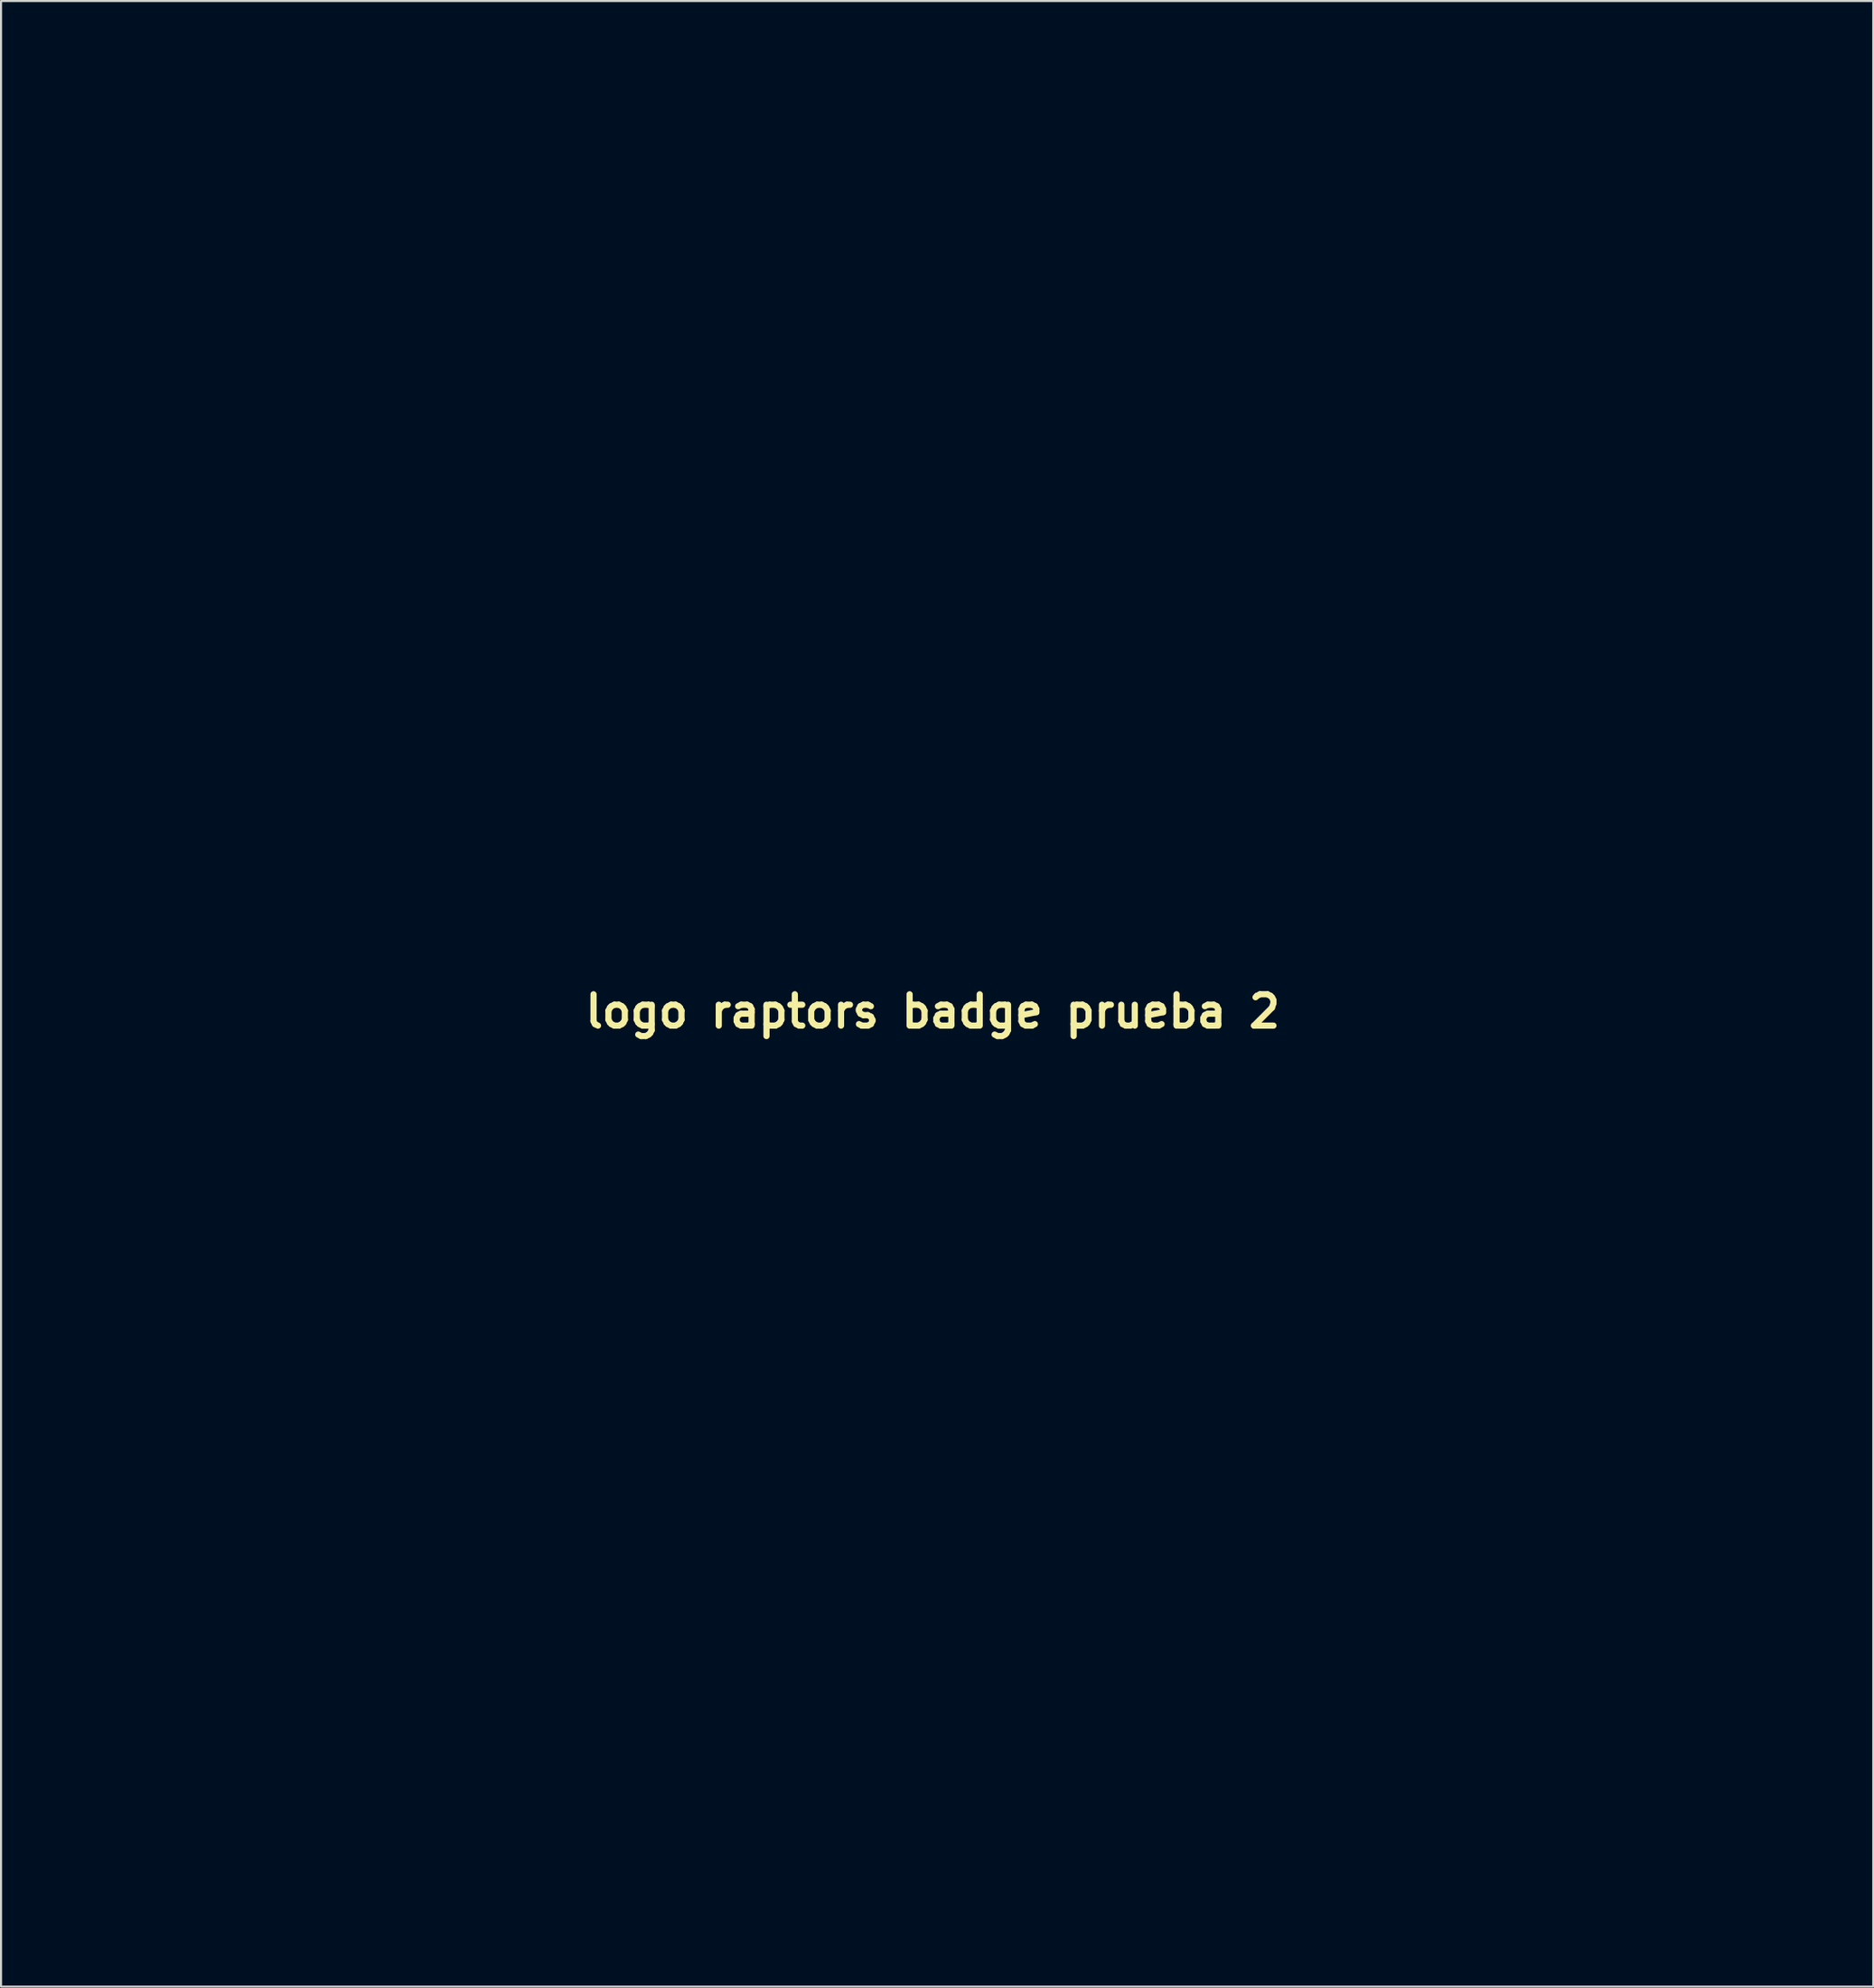
<source format=kicad_pcb>
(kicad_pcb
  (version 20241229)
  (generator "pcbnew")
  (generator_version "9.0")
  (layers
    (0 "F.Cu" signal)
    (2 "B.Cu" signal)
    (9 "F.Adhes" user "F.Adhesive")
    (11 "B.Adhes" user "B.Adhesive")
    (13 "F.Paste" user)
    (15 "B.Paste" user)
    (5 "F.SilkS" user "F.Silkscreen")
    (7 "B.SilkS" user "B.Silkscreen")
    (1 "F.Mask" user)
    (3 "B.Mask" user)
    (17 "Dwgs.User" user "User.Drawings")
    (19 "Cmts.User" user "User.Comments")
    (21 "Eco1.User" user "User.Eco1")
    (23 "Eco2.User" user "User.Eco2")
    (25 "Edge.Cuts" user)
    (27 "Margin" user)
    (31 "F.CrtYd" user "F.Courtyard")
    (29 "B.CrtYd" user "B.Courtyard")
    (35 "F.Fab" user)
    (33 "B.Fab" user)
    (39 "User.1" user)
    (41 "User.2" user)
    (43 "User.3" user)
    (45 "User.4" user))
  (footprint "logo raptors badge prueba 2"
    (layer "F.Cu")
    (at 42.348 46.154)
    (property "Reference" "logo raptors badge prueba 2" (at 0 0 0) (layer "F.SilkS") (effects (font (size 1.524 1.524) (thickness 0.3))))
    (attr through_hole)
    (fp_poly (pts (xy 14.106 6.278) (xy 14.239 6.526) (xy 14.184 6.982) (xy 13.924 7.056) (xy 13.466 6.773) (xy 13.406 6.526) (xy 13.576 6.057) (xy 13.721 5.997) (xy 14.106 6.278)) (stroke (width 0.01) (type solid)) (fill yes) (layer "F.Mask"))
    (fp_poly (pts (xy -0.284 8.952) (xy -0.176 9.5) (xy -0.354 10.238) (xy -0.773 10.534) (xy -1.169 10.355) (xy -1.358 9.846) (xy -1.411 9.264) (xy -1.265 8.628) (xy -0.794 8.534) (xy -0.284 8.952)) (stroke (width 0.01) (type solid)) (fill yes) (layer "F.Mask"))
    (fp_poly (pts (xy -12.893 19.595) (xy -12.472 20.583) (xy -12.359 22.045) (xy -12.521 23.763) (xy -13.024 24.931) (xy -13.928 25.647) (xy -14.751 25.915) (xy -15.875 26.162) (xy -15.875 19.459) (xy -14.846 19.233) (xy -13.67 19.162) (xy -12.893 19.595)) (stroke (width 0.01) (type solid)) (fill yes) (layer "F.Mask"))
    (fp_poly (pts (xy -4.134 7.858) (xy -3.881 8.25) (xy -3.881 8.266) (xy -4.049 8.751) (xy -4.204 8.819) (xy -4.79 8.936) (xy -5.122 9.047) (xy -5.564 9.075) (xy -5.588 8.606) (xy -5.258 8.09) (xy -4.683 7.822) (xy -4.134 7.858)) (stroke (width 0.01) (type solid)) (fill yes) (layer "F.Mask"))
    (fp_poly (pts (xy -33.975 20.831) (xy -33.249 21.114) (xy -32.831 21.448) (xy -32.592 21.931) (xy -32.482 22.746) (xy -32.456 24.075) (xy -32.456 24.144) (xy -32.486 25.534) (xy -32.61 26.421) (xy -32.877 27.004) (xy -33.249 27.409) (xy -34.178 28.029) (xy -35.013 28.359) (xy -35.983 28.588) (xy -35.983 20.861) (xy -35.013 20.744) (xy -33.975 20.831)) (stroke (width 0.01) (type solid)) (fill yes) (layer "F.Mask"))
    (fp_poly (pts (xy 16.107 13.958) (xy 16.883 14.676) (xy 17.254 15.958) (xy 17.286 16.608) (xy 17.059 18.076) (xy 16.452 19.314) (xy 15.578 20.163) (xy 14.596 20.461) (xy 14.192 20.438) (xy 13.944 20.279) (xy 13.82 19.851) (xy 13.789 19.019) (xy 13.819 17.65) (xy 13.833 17.198) (xy 13.935 13.935) (xy 14.936 13.82) (xy 16.107 13.958)) (stroke (width 0.01) (type solid)) (fill yes) (layer "F.Mask"))
    (fp_poly (pts (xy -23.77 21.162) (xy -23.509 22.191) (xy -23.195 23.879) (xy -22.834 26.205) (xy -22.734 26.899) (xy -22.623 27.913) (xy -22.694 28.412) (xy -22.992 28.571) (xy -23.155 28.58) (xy -24.042 28.676) (xy -24.606 28.797) (xy -25.215 28.851) (xy -25.402 28.704) (xy -25.347 27.99) (xy -25.195 26.864) (xy -24.976 25.495) (xy -24.722 24.05) (xy -24.462 22.697) (xy -24.227 21.604) (xy -24.046 20.938) (xy -23.976 20.814) (xy -23.77 21.162)) (stroke (width 0.01) (type solid)) (fill yes) (layer "F.Mask"))
    (fp_poly (pts (xy 6.685 15.857) (xy 6.99 16.226) (xy 7.195 16.701) (xy 7.321 17.418) (xy 7.385 18.512) (xy 7.407 20.12) (xy 7.408 20.963) (xy 7.401 22.803) (xy 7.362 24.083) (xy 7.268 24.95) (xy 7.094 25.55) (xy 6.815 26.03) (xy 6.495 26.431) (xy 5.535 27.289) (xy 4.657 27.457) (xy 3.824 26.942) (xy 3.759 26.872) (xy 3.472 26.186) (xy 3.268 24.974) (xy 3.148 23.407) (xy 3.11 21.66) (xy 3.154 19.904) (xy 3.279 18.314) (xy 3.485 17.063) (xy 3.772 16.323) (xy 3.792 16.298) (xy 4.794 15.497) (xy 5.796 15.355) (xy 6.685 15.857)) (stroke (width 0.01) (type solid)) (fill yes) (layer "F.Mask"))
    (fp_poly (pts (xy 8.015 -39.345) (xy 9.609 -38.859) (xy 11.719 -38.038) (xy 14.376 -36.869) (xy 16.303 -35.969) (xy 18.141 -35.113) (xy 19.833 -34.358) (xy 21.243 -33.763) (xy 22.237 -33.384) (xy 22.572 -33.286) (xy 23.39 -33.043) (xy 23.842 -32.761) (xy 23.842 -32.761) (xy 23.578 -32.664) (xy 22.711 -32.608) (xy 21.343 -32.593) (xy 19.576 -32.622) (xy 18.455 -32.658) (xy 16.069 -32.73) (xy 14.262 -32.712) (xy 12.907 -32.562) (xy 11.878 -32.233) (xy 11.049 -31.682) (xy 10.295 -30.865) (xy 9.489 -29.736) (xy 9.272 -29.411) (xy 8.489 -28.365) (xy 7.98 -27.941) (xy 7.774 -28.1) (xy 7.9 -28.804) (xy 8.388 -30.014) (xy 8.558 -30.367) (xy 9.417 -32.103) (xy 8.443 -32.103) (xy 7.6 -31.813) (xy 6.6 -31.054) (xy 5.596 -29.986) (xy 4.743 -28.772) (xy 4.224 -27.663) (xy 3.876 -26.869) (xy 3.535 -26.47) (xy 3.484 -26.458) (xy 3.315 -26.755) (xy 3.347 -27.507) (xy 3.546 -28.504) (xy 3.874 -29.536) (xy 4.104 -30.057) (xy 4.496 -30.918) (xy 4.494 -31.288) (xy 4.067 -31.281) (xy 3.792 -31.204) (xy 2.796 -30.728) (xy 1.914 -29.887) (xy 1.065 -28.574) (xy 0.166 -26.686) (xy 0.068 -26.458) (xy -0.162 -25.978) (xy -0.276 -26.024) (xy -0.321 -26.672) (xy -0.329 -27.099) (xy -0.261 -28.218) (xy -0.062 -29.131) (xy 0.012 -29.304) (xy 0.184 -29.855) (xy 0.042 -29.986) (xy -0.609 -29.824) (xy -1.653 -29.403) (xy -2.877 -28.824) (xy -4.067 -28.186) (xy -4.845 -27.705) (xy -5.887 -27.05) (xy -6.444 -26.842) (xy -6.564 -27.071) (xy -6.499 -27.284) (xy -6.119 -27.731) (xy -5.288 -28.448) (xy -4.149 -29.326) (xy -2.849 -30.258) (xy -1.532 -31.136) (xy -0.474 -31.777) (xy 0.597 -32.543) (xy 1.196 -33.441) (xy 3.612 -33.441) (xy 3.783 -33.203) (xy 4.411 -33.263) (xy 4.833 -33.347) (xy 5.775 -33.487) (xy 7.187 -33.637) (xy 8.834 -33.773) (xy 9.701 -33.831) (xy 13.229 -34.043) (xy 11.818 -34.95) (xy 10.311 -35.803) (xy 8.752 -36.494) (xy 7.369 -36.933) (xy 6.585 -37.042) (xy 5.714 -36.741) (xy 4.81 -35.975) (xy 4.07 -34.944) (xy 3.732 -34.089) (xy 3.612 -33.441) (xy 1.196 -33.441) (xy 1.214 -33.468) (xy 1.413 -34.032) (xy 2.27 -36.226) (xy 3.379 -37.802) (xy 4.762 -38.806) (xy 5.801 -39.238) (xy 6.679 -39.485) (xy 6.902 -39.507) (xy 8.015 -39.345)) (stroke (width 0.01) (type solid)) (fill yes) (layer "F.Mask"))
    (fp_poly (pts (xy 9.648 -45.742) (xy 12.055 -44.789) (xy 14.573 -43.298) (xy 14.945 -43.036) (xy 16.428 -41.971) (xy 17.898 -42.681) (xy 19.119 -43.13) (xy 20.355 -43.376) (xy 20.656 -43.392) (xy 21.489 -43.272) (xy 22.309 -42.861) (xy 23.202 -42.081) (xy 24.254 -40.854) (xy 25.553 -39.101) (xy 25.772 -38.793) (xy 26.707 -37.546) (xy 27.494 -36.744) (xy 28.327 -36.217) (xy 29.123 -35.893) (xy 30.408 -35.525) (xy 31.655 -35.304) (xy 32.109 -35.276) (xy 32.933 -35.162) (xy 33.809 -34.757) (xy 34.916 -33.966) (xy 35.461 -33.523) (xy 36.686 -32.565) (xy 37.614 -32.02) (xy 38.434 -31.788) (xy 38.894 -31.759) (xy 39.745 -31.683) (xy 40.195 -31.505) (xy 40.217 -31.451) (xy 40.444 -31.048) (xy 41.026 -30.341) (xy 41.494 -29.837) (xy 42.771 -28.522) (xy 42.31 -26.347) (xy 41.656 -24.111) (xy 40.694 -21.906) (xy 39.534 -19.942) (xy 38.286 -18.425) (xy 38.003 -18.167) (xy 36.078 -16.956) (xy 33.55 -16.103) (xy 31.662 -15.752) (xy 30.7 -15.694) (xy 30.37 -15.9) (xy 30.64 -16.402) (xy 30.78 -16.558) (xy 30.989 -16.868) (xy 30.661 -16.87) (xy 30.339 -16.788) (xy 29.504 -16.623) (xy 28.279 -16.45) (xy 27.34 -16.348) (xy 25.224 -16.148) (xy 26.458 -17.221) (xy 27.693 -18.294) (xy 26.282 -17.975) (xy 24.948 -17.75) (xy 23.66 -17.658) (xy 22.634 -17.705) (xy 22.096 -17.885) (xy 22.173 -18.218) (xy 22.655 -18.612) (xy 23.104 -18.906) (xy 23.04 -19.004) (xy 22.384 -18.943) (xy 22.049 -18.898) (xy 20.738 -18.765) (xy 19.447 -18.702) (xy 19.353 -18.701) (xy 18.512 -18.63) (xy 18.009 -18.3) (xy 17.6 -17.522) (xy 17.501 -17.279) (xy 17.148 -16.014) (xy 16.97 -14.573) (xy 16.977 -13.213) (xy 17.18 -12.193) (xy 17.278 -11.996) (xy 17.593 -11.671) (xy 17.938 -11.923) (xy 18.071 -12.097) (xy 18.404 -12.454) (xy 18.7 -12.349) (xy 19.133 -11.705) (xy 19.192 -11.605) (xy 19.854 -10.484) (xy 20.5 -11.327) (xy 21.147 -12.171) (xy 21.587 -11.024) (xy 21.985 -10.152) (xy 22.305 -9.954) (xy 22.634 -10.417) (xy 22.81 -10.848) (xy 23.179 -11.818) (xy 24.608 -8.643) (xy 24.943 -9.878) (xy 25.279 -11.113) (xy 25.868 -9.983) (xy 26.267 -9.075) (xy 26.456 -8.36) (xy 26.458 -8.308) (xy 26.575 -7.787) (xy 26.836 -7.815) (xy 27.109 -8.289) (xy 27.245 -8.908) (xy 27.371 -10.054) (xy 28.113 -8.435) (xy 29.079 -5.76) (xy 29.489 -3.254) (xy 29.37 -0.978) (xy 28.751 1.001) (xy 27.658 2.619) (xy 26.12 3.813) (xy 24.164 4.518) (xy 22.471 4.687) (xy 21.082 4.65) (xy 19.8 4.544) (xy 19.138 4.438) (xy 18.382 4.306) (xy 18.063 4.495) (xy 17.993 5.175) (xy 17.992 5.464) (xy 18.044 6.301) (xy 18.266 6.595) (xy 18.656 6.54) (xy 19.206 6.412) (xy 20.308 6.191) (xy 21.831 5.9) (xy 23.644 5.564) (xy 25.615 5.204) (xy 27.614 4.846) (xy 29.508 4.513) (xy 31.168 4.228) (xy 32.461 4.015) (xy 33.257 3.897) (xy 33.426 3.882) (xy 33.551 4.029) (xy 33.652 4.512) (xy 33.73 5.386) (xy 33.789 6.709) (xy 33.829 8.538) (xy 33.854 10.931) (xy 33.865 13.944) (xy 33.867 15.621) (xy 33.867 27.361) (xy 31.652 29.555) (xy 30.638 30.535) (xy 29.81 31.29) (xy 29.294 31.704) (xy 29.2 31.75) (xy 29.056 31.43) (xy 28.927 30.601) (xy 28.856 29.704) (xy 28.751 27.659) (xy 14.993 30.202) (xy 11.574 30.835) (xy 8.034 31.49) (xy 4.513 32.142) (xy 1.148 32.766) (xy -1.919 33.335) (xy -4.551 33.823) (xy -6.35 34.158) (xy -8.928 34.632) (xy -11.599 35.114) (xy -14.17 35.569) (xy -16.448 35.964) (xy -18.239 36.264) (xy -18.344 36.281) (xy -20.256 36.597) (xy -22.62 37.002) (xy -25.197 37.454) (xy -27.747 37.909) (xy -29.016 38.141) (xy -35.278 39.289) (xy -35.278 41.87) (xy -35.311 43.114) (xy -35.398 44.025) (xy -35.522 44.429) (xy -35.542 44.435) (xy -35.935 44.257) (xy -36.794 43.786) (xy -37.983 43.099) (xy -39.075 42.448) (xy -42.343 40.475) (xy -42.25 28.984) (xy -42.183 20.702) (xy -39.511 20.702) (xy -39.435 21.32) (xy -39.061 21.485) (xy -38.453 21.396) (xy -37.683 21.367) (xy -37.377 21.597) (xy -37.646 21.981) (xy -37.747 22.049) (xy -37.871 22.474) (xy -37.971 23.542) (xy -38.044 25.19) (xy -38.088 27.355) (xy -38.1 29.501) (xy -38.1 36.736) (xy -37.13 36.624) (xy -36.665 36.547) (xy -36.373 36.35) (xy -36.208 35.89) (xy -36.121 35.027) (xy -36.064 33.616) (xy -36.058 33.426) (xy -35.956 30.339) (xy -34.989 30.339) (xy -34.476 30.41) (xy -34.04 30.705) (xy -33.573 31.35) (xy -32.969 32.471) (xy -32.694 33.022) (xy -32.02 34.335) (xy -31.536 35.116) (xy -31.146 35.477) (xy -30.753 35.531) (xy -30.588 35.496) (xy -29.86 35.328) (xy -29.541 35.283) (xy -29.568 34.991) (xy -29.695 34.66) (xy -27.865 34.66) (xy -27.593 34.911) (xy -26.828 34.771) (xy -26.664 34.711) (xy -26.221 34.227) (xy -26.106 33.697) (xy -25.988 32.313) (xy -25.674 31.224) (xy -25.222 30.61) (xy -25.093 30.552) (xy -24.342 30.369) (xy -23.4 30.167) (xy -22.281 29.942) (xy -22.036 31.905) (xy -21.81 33.139) (xy -21.479 33.744) (xy -20.978 33.793) (xy -20.55 33.576) (xy -20.415 33.33) (xy -20.372 32.765) (xy -20.427 31.805) (xy -20.586 30.369) (xy -20.857 28.382) (xy -21.167 26.28) (xy -21.488 24.141) (xy -21.77 22.251) (xy -21.997 20.716) (xy -22.154 19.643) (xy -22.223 19.14) (xy -22.225 19.117) (xy -22.239 19.115) (xy -18.697 19.115) (xy -18.561 19.631) (xy -18.023 19.704) (xy -17.815 19.669) (xy -17.123 19.667) (xy -16.936 19.927) (xy -17.286 20.285) (xy -17.415 20.712) (xy -17.519 21.77) (xy -17.592 23.385) (xy -17.633 25.483) (xy -17.639 26.87) (xy -17.633 29.142) (xy -17.611 30.798) (xy -17.563 31.927) (xy -17.482 32.619) (xy -17.36 32.963) (xy -17.189 33.049) (xy -17.081 33.022) (xy -16.409 32.832) (xy -16.199 32.808) (xy -16.038 32.486) (xy -15.922 31.638) (xy -15.875 30.444) (xy -15.875 30.377) (xy -15.829 28.956) (xy -15.633 28.099) (xy -15.198 27.668) (xy -14.434 27.525) (xy -14.042 27.517) (xy -13.42 27.268) (xy -12.575 26.629) (xy -11.954 26.018) (xy -11.259 25.225) (xy -10.851 24.581) (xy -10.653 23.852) (xy -10.589 22.805) (xy -10.583 21.816) (xy -10.6 20.428) (xy -10.691 19.545) (xy -10.917 18.965) (xy -11.337 18.488) (xy -11.669 18.199) (xy -12.274 17.694) (xy -12.732 17.417) (xy -13.253 17.337) (xy -14.046 17.425) (xy -15.32 17.65) (xy -15.369 17.659) (xy -16.915 17.948) (xy -17.892 18.186) (xy -18.429 18.43) (xy -18.654 18.737) (xy -18.697 19.115) (xy -22.239 19.115) (xy -22.534 19.08) (xy -23.309 19.139) (xy -24.321 19.267) (xy -25.343 19.434) (xy -26.146 19.609) (xy -26.194 19.623) (xy -26.696 20.093) (xy -26.811 20.628) (xy -26.694 21.224) (xy -26.21 21.293) (xy -26.017 21.249) (xy -25.479 21.16) (xy -25.518 21.393) (xy -25.67 21.589) (xy -25.821 22.044) (xy -26.049 23.06) (xy -26.33 24.499) (xy -26.642 26.223) (xy -26.961 28.096) (xy -27.264 29.979) (xy -27.527 31.735) (xy -27.729 33.225) (xy -27.846 34.314) (xy -27.865 34.66) (xy -29.695 34.66) (xy -29.866 34.214) (xy -30.378 33.092) (xy -30.688 32.463) (xy -31.32 31.165) (xy -31.807 30.088) (xy -32.074 29.4) (xy -32.103 29.265) (xy -31.904 28.762) (xy -31.408 27.978) (xy -31.221 27.724) (xy -30.777 27.061) (xy -30.512 26.369) (xy -30.381 25.441) (xy -30.34 24.07) (xy -30.339 23.603) (xy -30.339 20.637) (xy -31.633 19.605) (xy -32.926 18.573) (xy -35.931 19.007) (xy -37.327 19.224) (xy -38.452 19.427) (xy -39.125 19.581) (xy -39.224 19.62) (xy -39.441 20.07) (xy -39.511 20.702) (xy -42.183 20.702) (xy -42.157 17.494) (xy -40.922 17.255) (xy -40.187 17.12) (xy -38.891 16.887) (xy -37.169 16.582) (xy -36.038 16.383) (xy -8.819 16.383) (xy -8.819 17.893) (xy -8.768 18.855) (xy -8.558 19.298) (xy -8.114 19.403) (xy -7.561 19.196) (xy -7.408 18.521) (xy -7.297 17.858) (xy -7.084 17.639) (xy -6.493 17.523) (xy -6.202 17.425) (xy -6.013 17.415) (xy -5.871 17.609) (xy -5.77 18.092) (xy -5.704 18.948) (xy -5.666 20.263) (xy -5.648 22.123) (xy -5.644 24.328) (xy -5.644 31.446) (xy -4.851 31.334) (xy -4.582 31.278) (xy -4.38 31.138) (xy -4.235 30.821) (xy -4.134 30.235) (xy -4.067 29.287) (xy -4.022 27.885) (xy -4.005 26.954) (xy 1.411 26.954) (xy 2.556 28.136) (xy 3.508 28.94) (xy 4.262 29.154) (xy 4.409 29.127) (xy 5.383 28.96) (xy 5.834 28.933) (xy 6.499 28.645) (xy 7.328 27.884) (xy 7.686 27.453) (xy 8.819 25.977) (xy 8.819 15.232) (xy 7.761 14.341) (xy 6.558 13.684) (xy 10.936 13.684) (xy 11.045 14.303) (xy 11.513 14.425) (xy 11.818 14.378) (xy 12.511 14.375) (xy 12.697 14.636) (xy 12.347 14.993) (xy 12.218 15.42) (xy 12.114 16.477) (xy 12.04 18.088) (xy 12 20.178) (xy 11.994 21.491) (xy 11.994 27.772) (xy 12.876 27.603) (xy 13.331 27.474) (xy 13.595 27.198) (xy 13.719 26.613) (xy 13.756 25.557) (xy 13.758 24.871) (xy 13.772 23.546) (xy 13.849 22.766) (xy 14.042 22.367) (xy 14.405 22.19) (xy 14.665 22.134) (xy 15.172 22.104) (xy 15.581 22.328) (xy 16.015 22.931) (xy 16.597 24.038) (xy 16.681 24.209) (xy 17.305 25.405) (xy 17.784 26.086) (xy 18.248 26.392) (xy 18.777 26.458) (xy 19.764 26.458) (xy 18.525 23.998) (xy 17.936 22.78) (xy 17.499 21.785) (xy 17.293 21.196) (xy 17.286 21.143) (xy 17.488 20.61) (xy 17.976 19.872) (xy 17.992 19.852) (xy 18.375 19.217) (xy 18.589 18.398) (xy 18.673 17.192) (xy 18.678 16.268) (xy 18.659 15.346) (xy 21.874 15.346) (xy 24.96 16.933) (xy 26.375 17.673) (xy 27.28 18.208) (xy 27.795 18.647) (xy 28.042 19.103) (xy 28.141 19.685) (xy 28.157 19.871) (xy 27.996 21.383) (xy 27.302 22.585) (xy 26.241 23.299) (xy 25.186 23.381) (xy 24.302 22.886) (xy 23.751 21.943) (xy 23.647 21.23) (xy 23.572 20.436) (xy 23.274 20.157) (xy 22.842 20.172) (xy 22.327 20.362) (xy 22.06 20.87) (xy 21.938 21.829) (xy 21.95 22.95) (xy 22.273 23.762) (xy 22.82 24.419) (xy 23.499 25.048) (xy 24.147 25.323) (xy 25.068 25.341) (xy 25.568 25.3) (xy 26.681 25.126) (xy 27.494 24.753) (xy 28.304 24.021) (xy 28.654 23.635) (xy 29.353 22.804) (xy 29.752 22.12) (xy 29.934 21.329) (xy 29.984 20.177) (xy 29.985 19.622) (xy 29.984 17.11) (xy 26.898 15.522) (xy 25.478 14.777) (xy 24.571 14.236) (xy 24.056 13.793) (xy 23.812 13.34) (xy 23.719 12.77) (xy 23.713 12.7) (xy 23.891 11.55) (xy 24.498 10.496) (xy 25.368 9.753) (xy 26.18 9.525) (xy 27.193 9.835) (xy 27.951 10.611) (xy 28.222 11.544) (xy 28.354 12.175) (xy 28.871 12.301) (xy 29.016 12.284) (xy 29.574 12.056) (xy 29.844 11.447) (xy 29.918 10.861) (xy 29.896 9.92) (xy 29.544 9.187) (xy 28.86 8.473) (xy 28.032 7.798) (xy 27.298 7.537) (xy 26.295 7.574) (xy 26.106 7.597) (xy 25.012 7.839) (xy 24.139 8.348) (xy 23.206 9.279) (xy 22.485 10.149) (xy 22.09 10.878) (xy 21.922 11.748) (xy 21.884 13.039) (xy 21.884 13.053) (xy 21.874 15.346) (xy 18.659 15.346) (xy 18.649 14.883) (xy 18.55 14.007) (xy 18.321 13.442) (xy 17.903 12.993) (xy 17.628 12.769) (xy 17.083 12.371) (xy 16.577 12.16) (xy 15.914 12.117) (xy 14.9 12.221) (xy 13.767 12.389) (xy 12.366 12.618) (xy 11.523 12.821) (xy 11.098 13.061) (xy 10.95 13.403) (xy 10.936 13.684) (xy 6.558 13.684) (xy 6.478 13.641) (xy 5.14 13.638) (xy 3.766 14.331) (xy 2.735 15.289) (xy 1.413 16.757) (xy 1.412 21.855) (xy 1.411 26.954) (xy -4.005 26.954) (xy -3.987 25.938) (xy -3.962 24.117) (xy -3.866 17.013) (xy -2.991 16.846) (xy -2.34 16.83) (xy -2.127 17.25) (xy -2.117 17.511) (xy -2.067 18.179) (xy -1.772 18.301) (xy -1.264 18.13) (xy -0.914 17.706) (xy -0.722 16.933) (xy -0.698 16.078) (xy -0.853 15.402) (xy -1.147 15.167) (xy -1.663 15.222) (xy -2.706 15.372) (xy -4.106 15.592) (xy -5.203 15.774) (xy -8.819 16.383) (xy -36.038 16.383) (xy -35.158 16.228) (xy -33.073 15.863) (xy -26.458 14.71) (xy -26.458 14.367) (xy -23.961 14.367) (xy -23.898 14.887) (xy -23.522 15.029) (xy -22.842 14.934) (xy -22.017 14.75) (xy -21.56 14.598) (xy -21.549 14.59) (xy -21.747 14.503) (xy -22.429 14.464) (xy -22.49 14.464) (xy -23.308 14.335) (xy -23.754 14.026) (xy -23.755 14.023) (xy -23.899 13.96) (xy -23.961 14.367) (xy -26.458 14.367) (xy -26.458 12.727) (xy -26.486 11.58) (xy -26.529 11.396) (xy -24.541 11.396) (xy -24.449 12.17) (xy -24.442 12.217) (xy -24.248 12.969) (xy -23.881 13.178) (xy -23.514 13.113) (xy -23.045 12.935) (xy -23.239 12.805) (xy -23.335 12.784) (xy -23.899 12.376) (xy -24.096 11.977) (xy -24.058 11.434) (xy -23.765 11.236) (xy -20.669 11.236) (xy -20.598 11.818) (xy -20.377 13.178) (xy -20.144 13.975) (xy -19.828 14.35) (xy -19.359 14.443) (xy -19.291 14.442) (xy -18.521 14.419) (xy -19.315 14.1) (xy -19.572 13.876) (xy -18.227 13.876) (xy -18.178 14.086) (xy -17.992 14.111) (xy -17.701 13.982) (xy -17.756 13.876) (xy -18.175 13.834) (xy -18.227 13.876) (xy -19.572 13.876) (xy -19.976 13.524) (xy -20.133 12.8) (xy -20.269 11.786) (xy -20.478 11.113) (xy -20.654 10.854) (xy -20.669 11.236) (xy -23.765 11.236) (xy -23.5 11.058) (xy -23.162 10.939) (xy -22.697 10.791) (xy -17.061 10.791) (xy -16.929 11.971) (xy -16.769 12.903) (xy -16.564 13.637) (xy -16.157 13.872) (xy -15.43 13.804) (xy -14.287 13.621) (xy -15.342 13.422) (xy -16 13.139) (xy -16.464 12.684) (xy -16.616 12.243) (xy -16.341 12.002) (xy -16.228 11.994) (xy -16.111 11.801) (xy -16.395 11.424) (xy -16.824 10.717) (xy -16.821 10.71) (xy -13.053 10.71) (xy -12.87 11.528) (xy -12.43 12.361) (xy -11.901 12.939) (xy -11.608 13.053) (xy -11.569 12.838) (xy -11.84 12.465) (xy -10.819 12.465) (xy -10.77 12.675) (xy -10.583 12.7) (xy -10.293 12.571) (xy -10.348 12.465) (xy -10.767 12.423) (xy -10.819 12.465) (xy -11.84 12.465) (xy -11.947 12.318) (xy -11.981 12.281) (xy -12.565 11.315) (xy -12.689 10.317) (xy -12.357 9.505) (xy -11.906 9.183) (xy -11.353 8.943) (xy -11.415 8.887) (xy -9.878 8.887) (xy -9.604 9.068) (xy -9.207 9.007) (xy -8.796 8.972) (xy -8.542 9.295) (xy -8.357 10.122) (xy -8.292 10.571) (xy -8.123 11.578) (xy -7.958 12.222) (xy -7.879 12.347) (xy -7.828 12.031) (xy -7.869 11.211) (xy -7.96 10.351) (xy -8.078 9.231) (xy -8.054 8.667) (xy -7.863 8.516) (xy -7.632 8.576) (xy -7.15 8.606) (xy -7.056 8.456) (xy -7.149 8.195) (xy -7.541 8.134) (xy -8.398 8.261) (xy -8.775 8.334) (xy -9.535 8.579) (xy -9.876 8.87) (xy -9.878 8.887) (xy -11.415 8.887) (xy -11.445 8.86) (xy -11.869 8.842) (xy -12.615 9.104) (xy -12.996 9.957) (xy -13.053 10.71) (xy -16.821 10.71) (xy -16.565 10.156) (xy -15.849 9.818) (xy -15.334 9.648) (xy -15.453 9.602) (xy -16.051 9.632) (xy -16.651 9.751) (xy -16.978 10.094) (xy -17.061 10.791) (xy -22.697 10.791) (xy -22.049 10.586) (xy -23.258 10.765) (xy -24.084 10.906) (xy -24.523 11.018) (xy -24.539 11.028) (xy -24.541 11.396) (xy -26.529 11.396) (xy -26.642 10.905) (xy -27.035 10.468) (xy -27.693 10.079) (xy -28.474 9.609) (xy -28.901 9.257) (xy -28.928 9.197) (xy -28.6 9.064) (xy -27.701 8.846) (xy -26.355 8.571) (xy -24.687 8.265) (xy -24.077 8.16) (xy -21.921 7.79) (xy -6.225 7.79) (xy -5.846 9.804) (xy -5.635 10.864) (xy -5.502 11.286) (xy -5.414 11.126) (xy -5.354 10.63) (xy -5.241 9.442) (xy -4.121 10.454) (xy -3.001 11.465) (xy -3.88 10.469) (xy -4.423 9.801) (xy -4.504 9.479) (xy -1.972 9.479) (xy -1.699 10.075) (xy -1.39 10.429) (xy -0.666 11.007) (xy -0.128 10.92) (xy 0.321 10.151) (xy 0.338 10.106) (xy 0.375 9.203) (xy 0.083 8.731) (xy -0.682 8.176) (xy -1.36 8.315) (xy -1.782 8.853) (xy -1.972 9.479) (xy -4.504 9.479) (xy -4.515 9.433) (xy -4.197 9.159) (xy -4.143 9.129) (xy -3.617 8.565) (xy -3.595 7.919) (xy -3.889 7.579) (xy -4.473 7.485) (xy -5.238 7.573) (xy -6.225 7.79) (xy -21.921 7.79) (xy -21.846 7.777) (xy -19.228 7.317) (xy -19.181 7.308) (xy -1.375 7.308) (xy -1.022 7.234) (xy -0.955 7.209) (xy -0.523 6.93) (xy -0.52 6.771) (xy -0.893 6.81) (xy -1.152 7.012) (xy -1.375 7.308) (xy -19.181 7.308) (xy -16.529 6.835) (xy -14.966 6.55) (xy 1.122 6.55) (xy 1.172 7.144) (xy 1.365 8.033) (xy 1.582 9.145) (xy 1.603 9.26) (xy 1.795 10.108) (xy 1.975 10.56) (xy 2.011 10.583) (xy 2.063 10.275) (xy 1.992 9.505) (xy 1.94 9.172) (xy 1.848 8.177) (xy 2.019 7.831) (xy 2.458 8.135) (xy 3.169 9.088) (xy 3.712 9.849) (xy 4.002 10.058) (xy 4.139 9.777) (xy 4.145 9.743) (xy 5.644 9.743) (xy 5.941 9.853) (xy 6.35 9.878) (xy 6.923 9.744) (xy 7.056 9.558) (xy 6.775 9.377) (xy 6.35 9.423) (xy 5.78 9.628) (xy 5.644 9.743) (xy 4.145 9.743) (xy 4.152 9.701) (xy 4.143 9.29) (xy 7.526 9.29) (xy 7.574 9.5) (xy 7.761 9.525) (xy 8.051 9.396) (xy 7.996 9.29) (xy 7.578 9.248) (xy 7.526 9.29) (xy 4.143 9.29) (xy 4.135 8.91) (xy 3.96 7.84) (xy 3.899 7.585) (xy 3.539 6.174) (xy 3.687 7.497) (xy 3.711 8.459) (xy 3.492 8.759) (xy 3.034 8.398) (xy 2.469 7.585) (xy 1.845 6.74) (xy 1.366 6.385) (xy 1.122 6.55) (xy -14.966 6.55) (xy -14.057 6.385) (xy -13.758 6.33) (xy -11.818 5.975) (xy -11.206 5.864) (xy 5.525 5.864) (xy 5.557 5.878) (xy 5.89 6.312) (xy 6.169 7.169) (xy 6.219 7.438) (xy 6.398 8.308) (xy 6.574 8.787) (xy 6.617 8.819) (xy 6.678 8.512) (xy 6.616 7.743) (xy 6.572 7.438) (xy 6.533 6.808) (xy 8.926 6.808) (xy 9.002 7.747) (xy 9.569 8.584) (xy 10.426 9.078) (xy 10.856 9.124) (xy 11.503 9.081) (xy 11.468 9.017) (xy 10.95 8.914) (xy 9.878 8.387) (xy 9.249 7.408) (xy 13.099 7.408) (xy 13.117 8.163) (xy 13.243 8.292) (xy 13.434 8.026) (xy 13.96 7.513) (xy 14.305 7.408) (xy 14.763 7.604) (xy 14.817 7.761) (xy 15.086 8.103) (xy 15.175 8.114) (xy 15.221 7.834) (xy 14.977 7.105) (xy 14.584 6.262) (xy 14.051 5.257) (xy 13.735 4.81) (xy 13.542 4.847) (xy 13.379 5.291) (xy 13.378 5.292) (xy 13.19 6.281) (xy 13.099 7.408) (xy 9.249 7.408) (xy 9.241 7.396) (xy 9.143 6.879) (xy 9.082 6.412) (xy 8.974 6.627) (xy 8.926 6.808) (xy 6.533 6.808) (xy 6.507 6.38) (xy 6.73 5.943) (xy 9.245 5.943) (xy 9.41 5.773) (xy 9.974 5.351) (xy 10.407 5.179) (xy 10.794 5.048) (xy 10.514 5.033) (xy 10.258 5.05) (xy 9.547 5.294) (xy 9.261 5.644) (xy 9.245 5.943) (xy 6.73 5.943) (xy 6.754 5.895) (xy 6.791 5.878) (xy 6.808 5.757) (xy 6.258 5.701) (xy 6.174 5.7) (xy 5.573 5.748) (xy 5.525 5.864) (xy -11.206 5.864) (xy -9.362 5.53) (xy -6.568 5.027) (xy -3.616 4.499) (xy -0.684 3.977) (xy 0.882 3.7) (xy 3.368 3.256) (xy 5.647 2.838) (xy 7.621 2.467) (xy 9.19 2.161) (xy 10.254 1.938) (xy 10.703 1.824) (xy 10.972 1.623) (xy 10.772 1.345) (xy 10.023 0.908) (xy 9.644 0.716) (xy 8.623 0.153) (xy 7.236 -0.685) (xy 5.692 -1.669) (xy 4.674 -2.346) (xy 3.375 -3.214) (xy 2.321 -3.896) (xy 1.629 -4.318) (xy 1.411 -4.414) (xy 1.664 -4.14) (xy 2.334 -3.547) (xy 3.282 -2.755) (xy 3.44 -2.627) (xy 4.567 -1.629) (xy 5.494 -0.653) (xy 6.119 0.176) (xy 6.344 0.736) (xy 6.289 0.865) (xy 6.021 0.941) (xy 5.288 1.094) (xy 4.055 1.331) (xy 2.285 1.657) (xy -0.057 2.079) (xy -3.008 2.605) (xy -6.603 3.241) (xy -8.29 3.538) (xy -10.322 3.898) (xy -12.162 4.228) (xy -13.676 4.505) (xy -14.729 4.703) (xy -15.136 4.786) (xy -15.985 4.98) (xy -15.865 1.94) (xy -3.175 1.94) (xy -2.999 2.117) (xy -2.822 1.94) (xy -2.999 1.764) (xy -3.175 1.94) (xy -15.865 1.94) (xy -15.764 -0.597) (xy -15.632 -3.415) (xy -15.466 -5.729) (xy -15.235 -7.741) (xy -14.912 -9.654) (xy -14.466 -11.669) (xy -13.868 -13.988) (xy -13.76 -14.39) (xy -13.283 -15.877) (xy -12.602 -17.657) (xy -11.801 -19.544) (xy -10.961 -21.354) (xy -10.166 -22.904) (xy -9.498 -24.008) (xy -9.381 -24.165) (xy -8.864 -24.621) (xy -8.544 -24.445) (xy -8.437 -23.682) (xy -8.554 -22.381) (xy -8.691 -21.593) (xy -8.922 -18.714) (xy -8.463 -15.968) (xy -7.31 -13.34) (xy -6.623 -12.276) (xy -6.333 -11.663) (xy -6.537 -11.445) (xy -7.14 -11.63) (xy -7.928 -12.14) (xy -8.704 -12.684) (xy -9.079 -12.787) (xy -9.172 -12.512) (xy -9.057 -11.614) (xy -8.749 -10.249) (xy -8.304 -8.613) (xy -7.779 -6.901) (xy -7.23 -5.306) (xy -6.713 -4.023) (xy -6.135 -2.852) (xy -5.445 -1.601) (xy -4.731 -0.415) (xy -4.083 0.565) (xy -3.59 1.198) (xy -3.346 1.347) (xy -3.368 0.974) (xy -3.542 0.127) (xy -3.75 -0.706) (xy -3.94 -1.761) (xy -4.073 -3.177) (xy -4.149 -4.783) (xy -4.166 -6.407) (xy -4.122 -7.876) (xy -4.017 -9.018) (xy -3.85 -9.661) (xy -3.813 -9.711) (xy -3.444 -9.62) (xy -2.641 -9.182) (xy -1.536 -8.473) (xy -0.638 -7.847) (xy 3.428 -5.042) (xy 7.117 -2.743) (xy 10.41 -0.961) (xy 13.289 0.294) (xy 15.044 0.852) (xy 16.632 1.157) (xy 18.393 1.332) (xy 20.105 1.371) (xy 21.546 1.268) (xy 22.401 1.058) (xy 23.107 0.755) (xy 22.401 0.723) (xy 21.745 0.612) (xy 20.625 0.344) (xy 19.253 -0.028) (xy 18.852 -0.144) (xy 14.564 -1.765) (xy 10.576 -4.009) (xy 6.923 -6.845) (xy 3.639 -10.243) (xy 3.357 -10.626) (xy 4.763 -10.626) (xy 6.703 -8.828) (xy 9.73 -6.355) (xy 13.154 -4.123) (xy 16.019 -2.627) (xy 18.07 -1.781) (xy 20.208 -1.075) (xy 22.308 -0.533) (xy 24.245 -0.178) (xy 25.896 -0.033) (xy 27.135 -0.122) (xy 27.799 -0.423) (xy 28.083 -1.043) (xy 28.211 -1.991) (xy 28.211 -2.099) (xy 28.18 -2.874) (xy 28.064 -3.025) (xy 27.813 -2.646) (xy 26.896 -1.527) (xy 25.717 -0.846) (xy 24.959 -0.713) (xy 24.36 -0.763) (xy 24.078 -1.052) (xy 23.993 -1.77) (xy 23.989 -2.282) (xy 23.989 -3.859) (xy 22.705 -2.988) (xy 21.735 -2.443) (xy 20.87 -2.139) (xy 20.667 -2.117) (xy 20.188 -2.203) (xy 20.008 -2.59) (xy 20.043 -3.471) (xy 20.046 -3.508) (xy 20.179 -4.899) (xy 18.834 -4.213) (xy 17.786 -3.776) (xy 16.853 -3.541) (xy 16.67 -3.528) (xy 16.099 -3.612) (xy 16.104 -3.986) (xy 16.215 -4.21) (xy 16.518 -5.027) (xy 16.581 -5.457) (xy 16.458 -5.829) (xy 15.977 -5.698) (xy 15.898 -5.657) (xy 15.08 -5.406) (xy 14.019 -5.292) (xy 13.946 -5.292) (xy 13.129 -5.332) (xy 12.874 -5.523) (xy 13.039 -5.972) (xy 13.04 -5.974) (xy 13.332 -6.594) (xy 13.244 -6.866) (xy 12.656 -6.88) (xy 11.954 -6.794) (xy 11.05 -6.703) (xy 10.679 -6.805) (xy 10.684 -7.163) (xy 10.724 -7.296) (xy 10.788 -7.769) (xy 10.441 -7.896) (xy 9.88 -7.837) (xy 9.132 -7.851) (xy 8.292 -8.171) (xy 7.176 -8.876) (xy 6.788 -9.153) (xy 4.763 -10.626) (xy 3.357 -10.626) (xy 0.758 -14.171) (xy -1.609 -18.438) (xy -2.265 -19.919) (xy -2.694 -21.12) (xy -2.863 -21.927) (xy -2.736 -22.225) (xy -2.734 -22.225) (xy -2.373 -22.269) (xy -2.123 -22.301) (xy 7.056 -22.301) (xy 7.379 -22.243) (xy 8.241 -22.246) (xy 9.475 -22.309) (xy 9.912 -22.341) (xy 11.329 -22.433) (xy 12.167 -22.432) (xy 12.546 -22.324) (xy 12.588 -22.094) (xy 12.569 -22.04) (xy 12.543 -21.663) (xy 12.914 -21.547) (xy 13.773 -21.691) (xy 15.009 -22.036) (xy 16.204 -22.345) (xy 16.818 -22.351) (xy 16.917 -22.033) (xy 16.652 -21.503) (xy 16.419 -20.998) (xy 16.709 -20.828) (xy 17.116 -20.814) (xy 17.945 -20.93) (xy 19.118 -21.229) (xy 19.941 -21.493) (xy 20.972 -21.827) (xy 21.672 -21.999) (xy 21.872 -21.988) (xy 21.687 -21.607) (xy 21.233 -20.908) (xy 21.143 -20.78) (xy 20.713 -20.079) (xy 20.745 -19.784) (xy 20.91 -19.756) (xy 21.839 -19.899) (xy 23.06 -20.258) (xy 24.282 -20.73) (xy 25.215 -21.21) (xy 25.433 -21.373) (xy 25.954 -21.717) (xy 26.141 -21.575) (xy 26.015 -21.069) (xy 25.598 -20.323) (xy 25.156 -19.74) (xy 24.207 -18.612) (xy 25.421 -18.874) (xy 26.472 -19.196) (xy 27.739 -19.71) (xy 28.299 -19.975) (xy 29.275 -20.448) (xy 29.977 -20.752) (xy 30.184 -20.814) (xy 30.149 -20.543) (xy 29.821 -19.846) (xy 29.476 -19.226) (xy 28.958 -18.245) (xy 28.853 -17.744) (xy 29.037 -17.639) (xy 30.101 -17.834) (xy 31.36 -18.32) (xy 32.458 -18.949) (xy 32.719 -19.159) (xy 33.41 -19.648) (xy 33.725 -19.579) (xy 33.632 -19.01) (xy 33.227 -18.2) (xy 32.5 -16.968) (xy 33.413 -17.315) (xy 34.401 -17.758) (xy 35.334 -18.258) (xy 35.987 -18.759) (xy 36.23 -19.185) (xy 36.223 -19.216) (xy 35.811 -19.628) (xy 34.895 -20.177) (xy 33.644 -20.786) (xy 32.224 -21.376) (xy 30.804 -21.869) (xy 30.163 -22.05) (xy 26.862 -22.684) (xy 23.004 -23.054) (xy 18.687 -23.156) (xy 14.01 -22.984) (xy 13.267 -22.933) (xy 11.264 -22.778) (xy 9.53 -22.625) (xy 8.176 -22.486) (xy 7.316 -22.372) (xy 7.056 -22.301) (xy -2.123 -22.301) (xy -1.433 -22.39) (xy -0.036 -22.572) (xy 1.698 -22.799) (xy 2.822 -22.948) (xy 6.236 -23.389) (xy 9.083 -23.732) (xy 11.495 -23.985) (xy 13.602 -24.158) (xy 15.536 -24.26) (xy 17.426 -24.3) (xy 19.405 -24.287) (xy 21.343 -24.238) (xy 24.31 -24.11) (xy 26.729 -23.92) (xy 28.757 -23.651) (xy 30.493 -23.302) (xy 31.937 -22.99) (xy 33.149 -22.785) (xy 33.946 -22.715) (xy 34.126 -22.737) (xy 34.522 -23.153) (xy 35.059 -24.049) (xy 35.648 -25.235) (xy 35.82 -25.636) (xy 39.608 -25.636) (xy 39.66 -25.547) (xy 39.955 -26.041) (xy 40.183 -26.458) (xy 40.566 -27.313) (xy 40.688 -27.915) (xy 40.663 -28.003) (xy 40.391 -28.046) (xy 40.074 -27.486) (xy 39.765 -26.42) (xy 39.735 -26.282) (xy 39.608 -25.636) (xy 35.82 -25.636) (xy 36.201 -26.525) (xy 36.629 -27.728) (xy 36.816 -28.47) (xy 36.872 -29.106) (xy 36.706 -29.64) (xy 36.21 -30.243) (xy 35.28 -31.084) (xy 35.099 -31.238) (xy 34.08 -32.087) (xy 33.365 -32.557) (xy 32.727 -32.734) (xy 31.938 -32.702) (xy 31.364 -32.627) (xy 30.171 -32.523) (xy 29.496 -32.635) (xy 29.243 -32.857) (xy 28.988 -33.129) (xy 28.933 -32.897) (xy 28.707 -32.498) (xy 28.193 -32.544) (xy 27.612 -32.992) (xy 27.472 -33.178) (xy 26.636 -33.8) (xy 25.536 -34.043) (xy 24.521 -34.294) (xy 23.052 -34.861) (xy 21.272 -35.686) (xy 20.244 -36.212) (xy 17.067 -37.869) (xy 14.424 -39.193) (xy 12.241 -40.207) (xy 10.442 -40.932) (xy 8.952 -41.391) (xy 7.697 -41.605) (xy 6.6 -41.597) (xy 5.587 -41.389) (xy 4.582 -41.002) (xy 4.332 -40.885) (xy 2.665 -39.695) (xy 1.433 -37.958) (xy 0.66 -35.74) (xy 0.379 -34.706) (xy 0.099 -34.026) (xy -0.056 -33.867) (xy -0.23 -34.182) (xy -0.325 -34.989) (xy -0.344 -36.077) (xy -0.289 -37.238) (xy -0.164 -38.262) (xy 0.017 -38.917) (xy 0.048 -39.155) (xy -0.291 -38.924) (xy -0.929 -38.304) (xy -1.793 -37.375) (xy -2.812 -36.219) (xy -3.913 -34.914) (xy -5.026 -33.543) (xy -6.079 -32.185) (xy -6.542 -31.56) (xy -10.479 -25.688) (xy -13.888 -19.616) (xy -16.686 -13.489) (xy -16.861 -13.053) (xy -17.584 -11.089) (xy -18.317 -8.848) (xy -19.032 -6.445) (xy -19.702 -3.992) (xy -20.299 -1.603) (xy -20.794 0.608) (xy -21.16 2.53) (xy -21.37 4.047) (xy -21.395 5.048) (xy -21.355 5.253) (xy -21.328 5.566) (xy -21.554 5.808) (xy -22.15 6.023) (xy -23.23 6.256) (xy -24.596 6.499) (xy -26.137 6.764) (xy -27.461 6.995) (xy -28.384 7.161) (xy -28.663 7.215) (xy -29.017 7.199) (xy -29.211 6.923) (xy -29.236 6.305) (xy -29.085 5.268) (xy -28.75 3.732) (xy -28.224 1.619) (xy -28.061 0.989) (xy -26.136 -5.199) (xy -23.611 -11.358) (xy -20.549 -17.388) (xy -17.013 -23.192) (xy -13.067 -28.671) (xy -8.773 -33.726) (xy -4.196 -38.26) (xy -1.205 -40.795) (xy 0.087 -41.861) (xy 1.239 -42.883) (xy 2.087 -43.712) (xy 2.381 -44.054) (xy 3.72 -45.31) (xy 5.419 -46.007) (xy 7.416 -46.149) (xy 9.648 -45.742)) (stroke (width 0.01) (type solid)) (fill yes) (layer "F.Mask")))
  (gr_rect
    (start -3 -3)
    (end 88.124 93.595)
    (stroke (width 0.1) (type default))
    (fill no)
    (layer "Edge.Cuts")))
</source>
